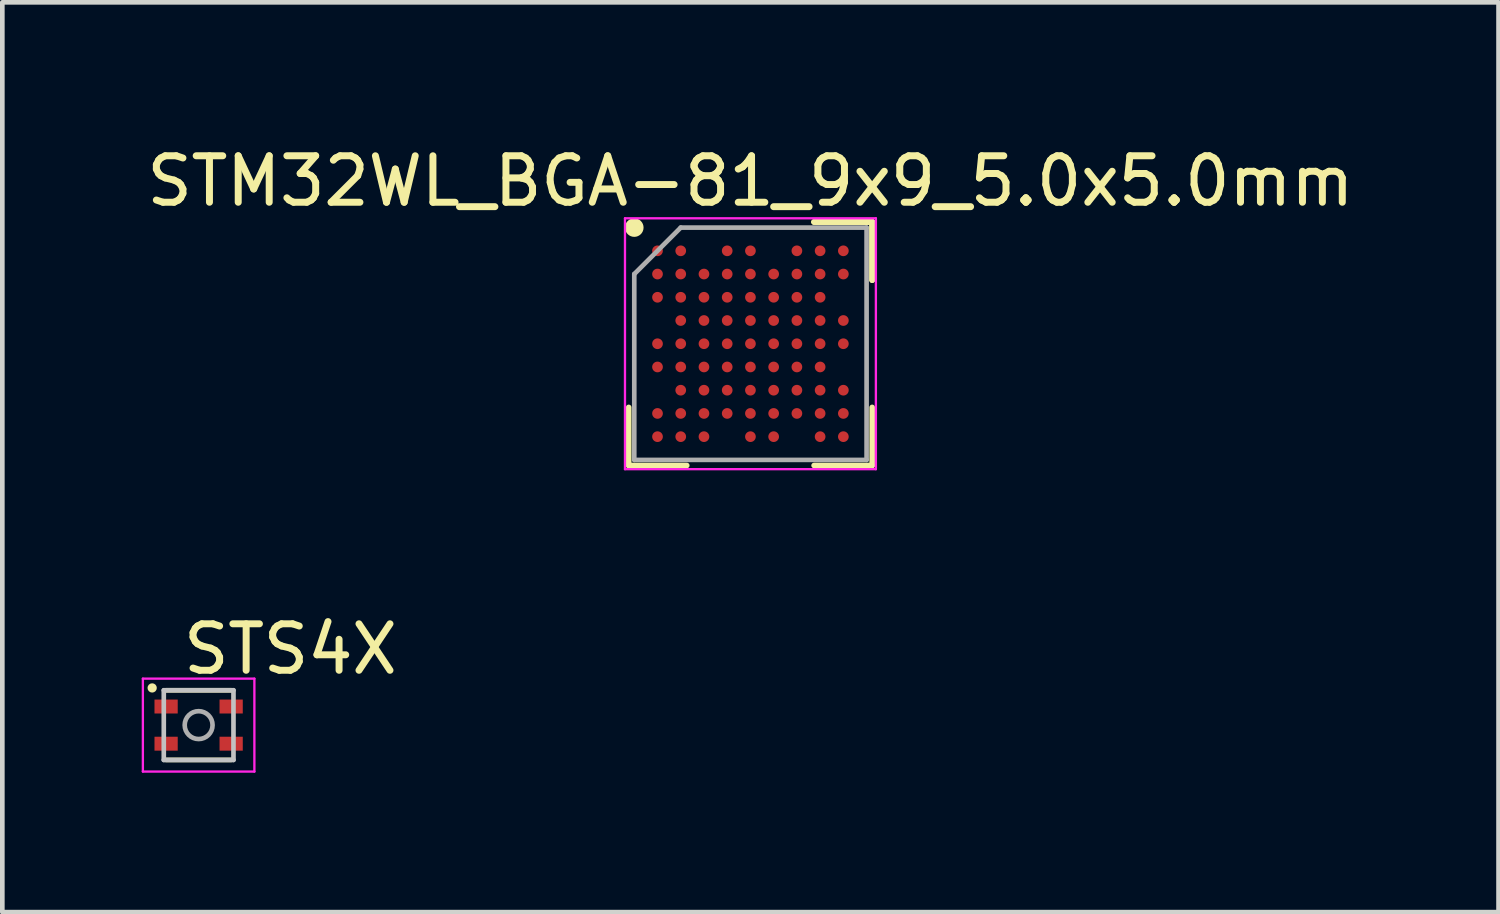
<source format=kicad_pcb>
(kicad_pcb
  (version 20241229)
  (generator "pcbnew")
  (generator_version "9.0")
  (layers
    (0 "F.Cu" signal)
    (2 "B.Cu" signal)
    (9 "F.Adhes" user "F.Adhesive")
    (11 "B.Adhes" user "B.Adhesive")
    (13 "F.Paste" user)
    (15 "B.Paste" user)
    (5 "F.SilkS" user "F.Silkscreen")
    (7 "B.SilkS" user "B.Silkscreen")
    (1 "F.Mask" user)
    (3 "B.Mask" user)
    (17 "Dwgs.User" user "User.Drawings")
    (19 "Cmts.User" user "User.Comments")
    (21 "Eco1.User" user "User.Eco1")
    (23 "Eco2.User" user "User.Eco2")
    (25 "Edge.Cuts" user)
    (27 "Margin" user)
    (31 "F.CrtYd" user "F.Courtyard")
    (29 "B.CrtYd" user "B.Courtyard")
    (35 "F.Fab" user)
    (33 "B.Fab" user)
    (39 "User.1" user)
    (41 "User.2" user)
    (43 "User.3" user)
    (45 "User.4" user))
  (footprint "STM32WL_BGA-81_9x9_5.0x5.0mm"
    (layer "F.Cu")
    (at 13.101 4.348)
    (property "Reference" "STM32WL_BGA-81_9x9_5.0x5.0mm" (at 0 -3.5 0) (layer "F.SilkS") (effects (font (size 1 1) (thickness 0.15))))
    (attr smd)
    (fp_line (start -2.62 2.62) (end -2.62 1.37) (stroke (width 0.12) (type solid)) (layer "F.SilkS"))
    (fp_line (start -1.37 2.62) (end -2.62 2.62) (stroke (width 0.12) (type solid)) (layer "F.SilkS"))
    (fp_line (start 1.37 -2.62) (end 2.62 -2.62) (stroke (width 0.12) (type solid)) (layer "F.SilkS"))
    (fp_line (start 1.37 -2.62) (end 2.62 -2.62) (stroke (width 0.12) (type solid)) (layer "F.SilkS"))
    (fp_line (start 1.37 -2.62) (end 2.62 -2.62) (stroke (width 0.12) (type solid)) (layer "F.SilkS"))
    (fp_line (start 1.37 2.62) (end 2.62 2.62) (stroke (width 0.12) (type solid)) (layer "F.SilkS"))
    (fp_line (start 2.62 -2.62) (end 2.62 -1.37) (stroke (width 0.12) (type solid)) (layer "F.SilkS"))
    (fp_line (start 2.62 -2.62) (end 2.62 -1.37) (stroke (width 0.12) (type solid)) (layer "F.SilkS"))
    (fp_line (start 2.62 -2.62) (end 2.62 -1.37) (stroke (width 0.12) (type solid)) (layer "F.SilkS"))
    (fp_line (start 2.62 2.62) (end 2.62 1.37) (stroke (width 0.12) (type solid)) (layer "F.SilkS"))
    (fp_circle (center -2.5 -2.5) (end -2.5 -2.4) (stroke (width 0.2) (type solid)) (fill no) (layer "F.SilkS"))
    (fp_line (start -2.7 -2.7) (end 2.7 -2.7) (stroke (width 0.05) (type solid)) (layer "F.CrtYd"))
    (fp_line (start -2.7 2.7) (end -2.7 -2.7) (stroke (width 0.05) (type solid)) (layer "F.CrtYd"))
    (fp_line (start 2.7 -2.7) (end 2.7 2.7) (stroke (width 0.05) (type solid)) (layer "F.CrtYd"))
    (fp_line (start 2.7 2.7) (end -2.7 2.7) (stroke (width 0.05) (type solid)) (layer "F.CrtYd"))
    (fp_line (start -2.5 -1.5) (end -2.5 2.5) (stroke (width 0.1) (type solid)) (layer "F.Fab"))
    (fp_line (start -2.5 2.5) (end 2.5 2.5) (stroke (width 0.1) (type solid)) (layer "F.Fab"))
    (fp_line (start -1.5 -2.5) (end -2.5 -1.5) (stroke (width 0.1) (type solid)) (layer "F.Fab"))
    (fp_line (start 2.5 -2.5) (end -1.5 -2.5) (stroke (width 0.1) (type solid)) (layer "F.Fab"))
    (fp_line (start 2.5 2.5) (end 2.5 -2.5) (stroke (width 0.1) (type solid)) (layer "F.Fab"))
    (pad "A1" smd circle (at -2 -2) (size 0.23 0.23) (layers "F.Cu" "F.Mask" "F.Paste"))
    (pad "A2" smd circle (at -1.5 -2) (size 0.23 0.23) (layers "F.Cu" "F.Mask" "F.Paste"))
    (pad "A4" smd circle (at -0.5 -2) (size 0.23 0.23) (layers "F.Cu" "F.Mask" "F.Paste"))
    (pad "A5" smd circle (at 0 -2) (size 0.23 0.23) (layers "F.Cu" "F.Mask" "F.Paste"))
    (pad "A7" smd circle (at 1 -2) (size 0.23 0.23) (layers "F.Cu" "F.Mask" "F.Paste"))
    (pad "A8" smd circle (at 1.5 -2) (size 0.23 0.23) (layers "F.Cu" "F.Mask" "F.Paste"))
    (pad "A9" smd circle (at 2 -2) (size 0.23 0.23) (layers "F.Cu" "F.Mask" "F.Paste"))
    (pad "B1" smd circle (at -2 -1.5) (size 0.23 0.23) (layers "F.Cu" "F.Mask" "F.Paste"))
    (pad "B2" smd circle (at -1.5 -1.5) (size 0.23 0.23) (layers "F.Cu" "F.Mask" "F.Paste"))
    (pad "B3" smd circle (at -1 -1.5) (size 0.23 0.23) (layers "F.Cu" "F.Mask" "F.Paste"))
    (pad "B4" smd circle (at -0.5 -1.5) (size 0.23 0.23) (layers "F.Cu" "F.Mask" "F.Paste"))
    (pad "B5" smd circle (at 0 -1.5) (size 0.23 0.23) (layers "F.Cu" "F.Mask" "F.Paste"))
    (pad "B6" smd circle (at 0.5 -1.5) (size 0.23 0.23) (layers "F.Cu" "F.Mask" "F.Paste"))
    (pad "B7" smd circle (at 1 -1.5) (size 0.23 0.23) (layers "F.Cu" "F.Mask" "F.Paste"))
    (pad "B8" smd circle (at 1.5 -1.5) (size 0.23 0.23) (layers "F.Cu" "F.Mask" "F.Paste"))
    (pad "B9" smd circle (at 2 -1.5) (size 0.23 0.23) (layers "F.Cu" "F.Mask" "F.Paste"))
    (pad "C1" smd circle (at -2 -1) (size 0.23 0.23) (layers "F.Cu" "F.Mask" "F.Paste"))
    (pad "C2" smd circle (at -1.5 -1) (size 0.23 0.23) (layers "F.Cu" "F.Mask" "F.Paste"))
    (pad "C3" smd circle (at -1 -1) (size 0.23 0.23) (layers "F.Cu" "F.Mask" "F.Paste"))
    (pad "C4" smd circle (at -0.5 -1) (size 0.23 0.23) (layers "F.Cu" "F.Mask" "F.Paste"))
    (pad "C5" smd circle (at 0 -1) (size 0.23 0.23) (layers "F.Cu" "F.Mask" "F.Paste"))
    (pad "C6" smd circle (at 0.5 -1) (size 0.23 0.23) (layers "F.Cu" "F.Mask" "F.Paste"))
    (pad "C7" smd circle (at 1 -1) (size 0.23 0.23) (layers "F.Cu" "F.Mask" "F.Paste"))
    (pad "C8" smd circle (at 1.5 -1) (size 0.23 0.23) (layers "F.Cu" "F.Mask" "F.Paste"))
    (pad "D2" smd circle (at -1.5 -0.5) (size 0.23 0.23) (layers "F.Cu" "F.Mask" "F.Paste"))
    (pad "D3" smd circle (at -1 -0.5) (size 0.23 0.23) (layers "F.Cu" "F.Mask" "F.Paste"))
    (pad "D4" smd circle (at -0.5 -0.5) (size 0.23 0.23) (layers "F.Cu" "F.Mask" "F.Paste"))
    (pad "D5" smd circle (at 0 -0.5) (size 0.23 0.23) (layers "F.Cu" "F.Mask" "F.Paste"))
    (pad "D6" smd circle (at 0.5 -0.5) (size 0.23 0.23) (layers "F.Cu" "F.Mask" "F.Paste"))
    (pad "D7" smd circle (at 1 -0.5) (size 0.23 0.23) (layers "F.Cu" "F.Mask" "F.Paste"))
    (pad "D8" smd circle (at 1.5 -0.5) (size 0.23 0.23) (layers "F.Cu" "F.Mask" "F.Paste"))
    (pad "D9" smd circle (at 2 -0.5) (size 0.23 0.23) (layers "F.Cu" "F.Mask" "F.Paste"))
    (pad "E1" smd circle (at -2 0) (size 0.23 0.23) (layers "F.Cu" "F.Mask" "F.Paste"))
    (pad "E2" smd circle (at -1.5 0) (size 0.23 0.23) (layers "F.Cu" "F.Mask" "F.Paste"))
    (pad "E3" smd circle (at -1 0) (size 0.23 0.23) (layers "F.Cu" "F.Mask" "F.Paste"))
    (pad "E4" smd circle (at -0.5 0) (size 0.23 0.23) (layers "F.Cu" "F.Mask" "F.Paste"))
    (pad "E5" smd circle (at 0 0) (size 0.23 0.23) (layers "F.Cu" "F.Mask" "F.Paste"))
    (pad "E6" smd circle (at 0.5 0) (size 0.23 0.23) (layers "F.Cu" "F.Mask" "F.Paste"))
    (pad "E7" smd circle (at 1 0) (size 0.23 0.23) (layers "F.Cu" "F.Mask" "F.Paste"))
    (pad "E8" smd circle (at 1.5 0) (size 0.23 0.23) (layers "F.Cu" "F.Mask" "F.Paste"))
    (pad "E9" smd circle (at 2 0) (size 0.23 0.23) (layers "F.Cu" "F.Mask" "F.Paste"))
    (pad "F1" smd circle (at -2 0.5) (size 0.23 0.23) (layers "F.Cu" "F.Mask" "F.Paste"))
    (pad "F2" smd circle (at -1.5 0.5) (size 0.23 0.23) (layers "F.Cu" "F.Mask" "F.Paste"))
    (pad "F3" smd circle (at -1 0.5) (size 0.23 0.23) (layers "F.Cu" "F.Mask" "F.Paste"))
    (pad "F4" smd circle (at -0.5 0.5) (size 0.23 0.23) (layers "F.Cu" "F.Mask" "F.Paste"))
    (pad "F5" smd circle (at 0 0.5) (size 0.23 0.23) (layers "F.Cu" "F.Mask" "F.Paste"))
    (pad "F6" smd circle (at 0.5 0.5) (size 0.23 0.23) (layers "F.Cu" "F.Mask" "F.Paste"))
    (pad "F7" smd circle (at 1 0.5) (size 0.23 0.23) (layers "F.Cu" "F.Mask" "F.Paste"))
    (pad "F8" smd circle (at 1.5 0.5) (size 0.23 0.23) (layers "F.Cu" "F.Mask" "F.Paste"))
    (pad "G2" smd circle (at -1.5 1) (size 0.23 0.23) (layers "F.Cu" "F.Mask" "F.Paste"))
    (pad "G3" smd circle (at -1 1) (size 0.23 0.23) (layers "F.Cu" "F.Mask" "F.Paste"))
    (pad "G4" smd circle (at -0.5 1) (size 0.23 0.23) (layers "F.Cu" "F.Mask" "F.Paste"))
    (pad "G5" smd circle (at 0 1) (size 0.23 0.23) (layers "F.Cu" "F.Mask" "F.Paste"))
    (pad "G6" smd circle (at 0.5 1) (size 0.23 0.23) (layers "F.Cu" "F.Mask" "F.Paste"))
    (pad "G7" smd circle (at 1 1) (size 0.23 0.23) (layers "F.Cu" "F.Mask" "F.Paste"))
    (pad "G8" smd circle (at 1.5 1) (size 0.23 0.23) (layers "F.Cu" "F.Mask" "F.Paste"))
    (pad "G9" smd circle (at 2 1) (size 0.23 0.23) (layers "F.Cu" "F.Mask" "F.Paste"))
    (pad "H1" smd circle (at -2 1.5) (size 0.23 0.23) (layers "F.Cu" "F.Mask" "F.Paste"))
    (pad "H2" smd circle (at -1.5 1.5) (size 0.23 0.23) (layers "F.Cu" "F.Mask" "F.Paste"))
    (pad "H3" smd circle (at -1 1.5) (size 0.23 0.23) (layers "F.Cu" "F.Mask" "F.Paste"))
    (pad "H4" smd circle (at -0.5 1.5) (size 0.23 0.23) (layers "F.Cu" "F.Mask" "F.Paste"))
    (pad "H5" smd circle (at 0 1.5) (size 0.23 0.23) (layers "F.Cu" "F.Mask" "F.Paste"))
    (pad "H6" smd circle (at 0.5 1.5) (size 0.23 0.23) (layers "F.Cu" "F.Mask" "F.Paste"))
    (pad "H7" smd circle (at 1 1.5) (size 0.23 0.23) (layers "F.Cu" "F.Mask" "F.Paste"))
    (pad "H8" smd circle (at 1.5 1.5) (size 0.23 0.23) (layers "F.Cu" "F.Mask" "F.Paste"))
    (pad "H9" smd circle (at 2 1.5) (size 0.23 0.23) (layers "F.Cu" "F.Mask" "F.Paste"))
    (pad "J1" smd circle (at -2 2) (size 0.23 0.23) (layers "F.Cu" "F.Mask" "F.Paste"))
    (pad "J2" smd circle (at -1.5 2) (size 0.23 0.23) (layers "F.Cu" "F.Mask" "F.Paste"))
    (pad "J3" smd circle (at -1 2) (size 0.23 0.23) (layers "F.Cu" "F.Mask" "F.Paste"))
    (pad "J5" smd circle (at 0 2) (size 0.23 0.23) (layers "F.Cu" "F.Mask" "F.Paste"))
    (pad "J6" smd circle (at 0.5 2) (size 0.23 0.23) (layers "F.Cu" "F.Mask" "F.Paste"))
    (pad "J8" smd circle (at 1.5 2) (size 0.23 0.23) (layers "F.Cu" "F.Mask" "F.Paste"))
    (pad "J9" smd circle (at 2 2) (size 0.23 0.23) (layers "F.Cu" "F.Mask" "F.Paste")))
  (footprint "STS4X"
    (layer "F.Cu")
    (at 1.225 12.556)
    (property "Reference" "STS4X" (at 1.975 -1.635 0) (layer "F.SilkS") (effects (font (size 1 1) (thickness 0.15))))
    (attr smd)
    (fp_line (start -0.7 -0.75) (end 0.7 -0.75) (stroke (width 0.1) (type solid)) (layer "F.SilkS"))
    (fp_line (start -0.7 0.75) (end 0.7 0.75) (stroke (width 0.1) (type solid)) (layer "F.SilkS"))
    (fp_circle (center -1 -0.8) (end -0.95 -0.8) (stroke (width 0.1) (type solid)) (fill no) (layer "F.SilkS"))
    (fp_line (start -0.75 -0.75) (end -0.75 0.75) (stroke (width 0.1) (type solid)) (layer "Dwgs.User"))
    (fp_line (start -0.75 0.75) (end 0.75 0.75) (stroke (width 0.1) (type solid)) (layer "Dwgs.User"))
    (fp_line (start 0.75 -0.75) (end -0.75 -0.75) (stroke (width 0.1) (type solid)) (layer "Dwgs.User"))
    (fp_line (start 0.75 0.75) (end 0.75 -0.75) (stroke (width 0.1) (type solid)) (layer "Dwgs.User"))
    (fp_line (start -1.2 -1) (end -1.2 1) (stroke (width 0.05) (type solid)) (layer "F.CrtYd"))
    (fp_line (start -1.2 1) (end 1.2 1) (stroke (width 0.05) (type solid)) (layer "F.CrtYd"))
    (fp_line (start 1.2 -1) (end -1.2 -1) (stroke (width 0.05) (type solid)) (layer "F.CrtYd"))
    (fp_line (start 1.2 1) (end 1.2 -1) (stroke (width 0.05) (type solid)) (layer "F.CrtYd"))
    (fp_circle (center 0 0) (end 0.3 0) (stroke (width 0.1) (type solid)) (fill no) (layer "F.Fab"))
    (pad "1" smd rect (at -0.7 -0.4) (size 0.5 0.3) (layers "F.Cu" "F.Mask" "F.Paste"))
    (pad "2" smd rect (at -0.7 0.4) (size 0.5 0.3) (layers "F.Cu" "F.Mask" "F.Paste"))
    (pad "3" smd rect (at 0.7 0.4) (size 0.5 0.3) (layers "F.Cu" "F.Mask" "F.Paste"))
    (pad "4" smd rect (at 0.7 -0.4) (size 0.5 0.3) (layers "F.Cu" "F.Mask" "F.Paste")))
  (gr_rect
    (start -3 -3)
    (end 29.202 16.581)
    (stroke (width 0.1) (type default))
    (fill no)
    (layer "Edge.Cuts")))
</source>
